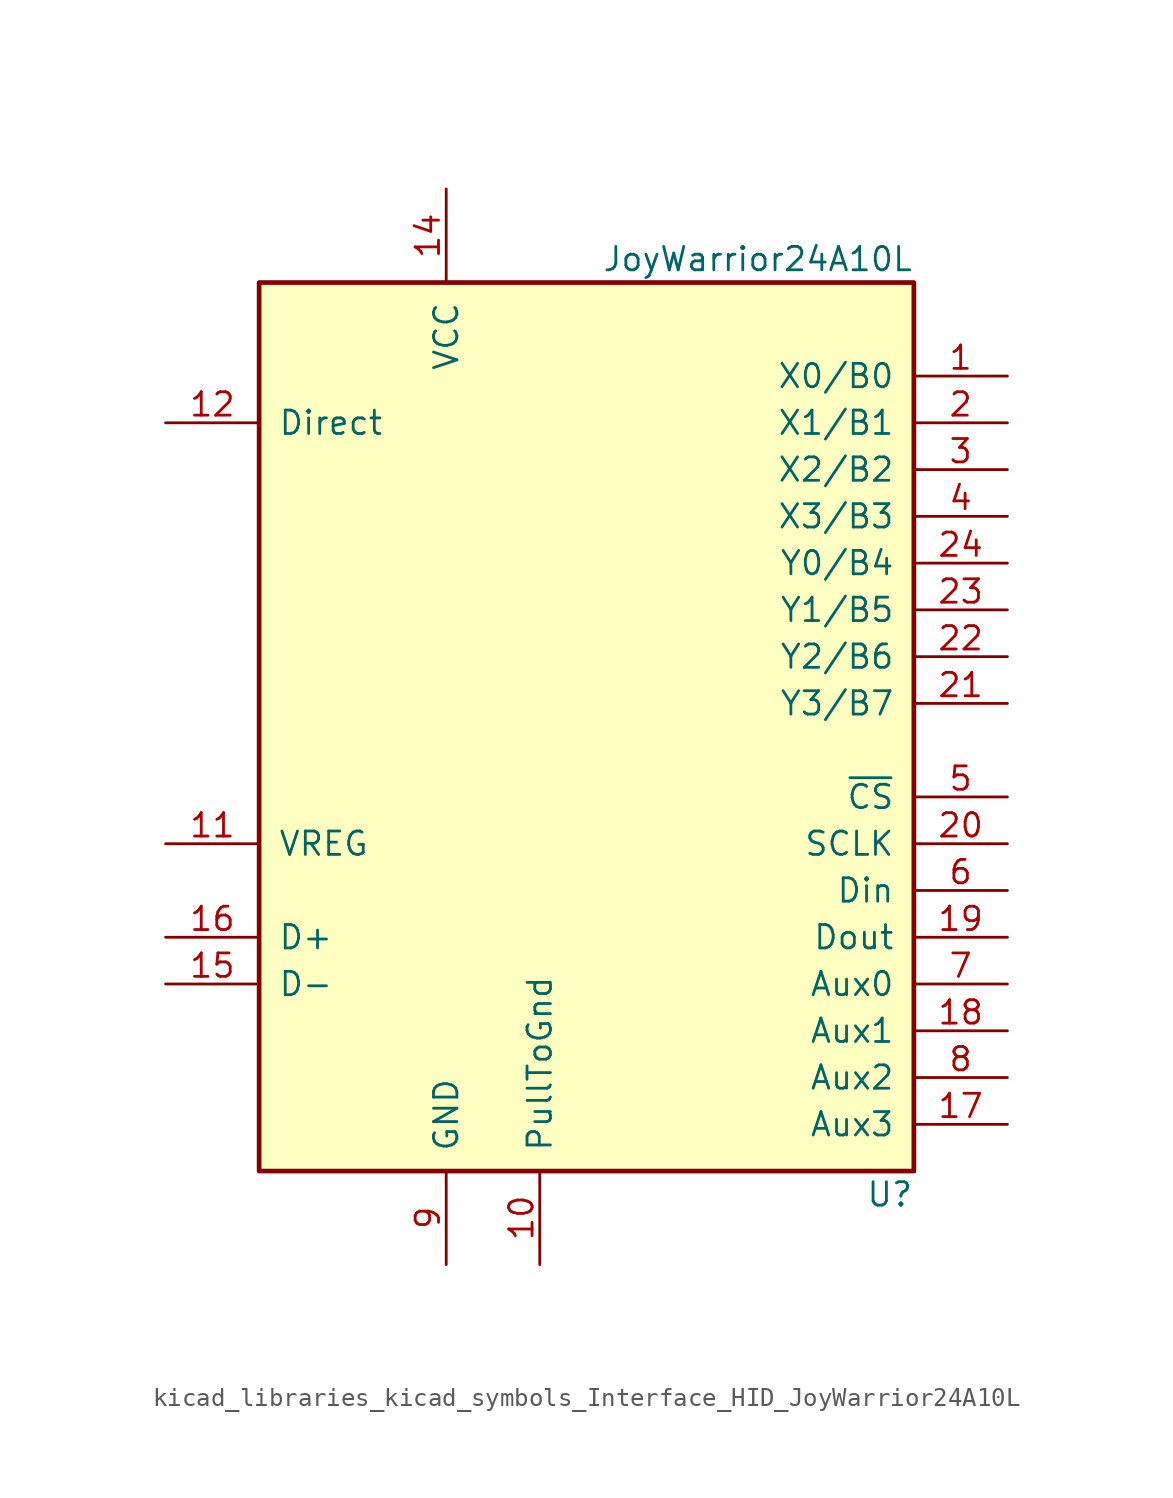
<source format=kicad_sym>
(kicad_symbol_lib
  (version 20220914)
  (generator kicad_symbol_editor)
  (symbol "kicad_libraries_kicad_symbols_Interface_HID_JoyWarrior24A10L"
    (pin_names
      (offset 1.016))
    (property "Reference" "U"
      (at 17.78 -24.13 0)
      (effects (font (size 1.27 1.27)) (justify right)))
    (property "Value" "JoyWarrior24A10L"
      (at 17.78 26.67 0)
      (effects (font (size 1.27 1.27)) (justify right)))
    (symbol "kicad_libraries_kicad_symbols_Interface_HID_JoyWarrior24A10L_0_1"
      (rectangle (start -17.78 25.4) (end 17.78 -22.86) (stroke (width 0.254) (type default)) (fill (type background))))
    (symbol "kicad_libraries_kicad_symbols_Interface_HID_JoyWarrior24A10L_1_1"
      (pin input line (at 22.86 20.32 180) (length 5.08) (name "X0/B0" (effects (font (size 1.27 1.27)))) (number "1" (effects (font (size 1.27 1.27)))))
      (pin input line (at -2.54 -27.94 90) (length 5.08) (name "PullToGnd" (effects (font (size 1.27 1.27)))) (number "10" (effects (font (size 1.27 1.27)))))
      (pin power_out line (at -22.86 -5.08 0) (length 5.08) (name "VREG" (effects (font (size 1.27 1.27)))) (number "11" (effects (font (size 1.27 1.27)))))
      (pin input line (at -22.86 17.78 0) (length 5.08) (name "Direct" (effects (font (size 1.27 1.27)))) (number "12" (effects (font (size 1.27 1.27)))))
      (pin no_connect line (at -17.78 22.86 0) (length 5.08) hide (name "NC" (effects (font (size 1.27 1.27)))) (number "13" (effects (font (size 1.27 1.27)))))
      (pin power_in line (at -7.62 30.48 270) (length 5.08) (name "VCC" (effects (font (size 1.27 1.27)))) (number "14" (effects (font (size 1.27 1.27)))))
      (pin bidirectional line (at -22.86 -12.7 0) (length 5.08) (name "D-" (effects (font (size 1.27 1.27)))) (number "15" (effects (font (size 1.27 1.27)))))
      (pin bidirectional line (at -22.86 -10.16 0) (length 5.08) (name "D+" (effects (font (size 1.27 1.27)))) (number "16" (effects (font (size 1.27 1.27)))))
      (pin output line (at 22.86 -20.32 180) (length 5.08) (name "Aux3" (effects (font (size 1.27 1.27)))) (number "17" (effects (font (size 1.27 1.27)))))
      (pin output line (at 22.86 -15.24 180) (length 5.08) (name "Aux1" (effects (font (size 1.27 1.27)))) (number "18" (effects (font (size 1.27 1.27)))))
      (pin output line (at 22.86 -10.16 180) (length 5.08) (name "Dout" (effects (font (size 1.27 1.27)))) (number "19" (effects (font (size 1.27 1.27)))))
      (pin input line (at 22.86 17.78 180) (length 5.08) (name "X1/B1" (effects (font (size 1.27 1.27)))) (number "2" (effects (font (size 1.27 1.27)))))
      (pin output line (at 22.86 -5.08 180) (length 5.08) (name "SCLK" (effects (font (size 1.27 1.27)))) (number "20" (effects (font (size 1.27 1.27)))))
      (pin input line (at 22.86 2.54 180) (length 5.08) (name "Y3/B7" (effects (font (size 1.27 1.27)))) (number "21" (effects (font (size 1.27 1.27)))))
      (pin input line (at 22.86 5.08 180) (length 5.08) (name "Y2/B6" (effects (font (size 1.27 1.27)))) (number "22" (effects (font (size 1.27 1.27)))))
      (pin input line (at 22.86 7.62 180) (length 5.08) (name "Y1/B5" (effects (font (size 1.27 1.27)))) (number "23" (effects (font (size 1.27 1.27)))))
      (pin input line (at 22.86 10.16 180) (length 5.08) (name "Y0/B4" (effects (font (size 1.27 1.27)))) (number "24" (effects (font (size 1.27 1.27)))))
      (pin input line (at 22.86 15.24 180) (length 5.08) (name "X2/B2" (effects (font (size 1.27 1.27)))) (number "3" (effects (font (size 1.27 1.27)))))
      (pin input line (at 22.86 12.7 180) (length 5.08) (name "X3/B3" (effects (font (size 1.27 1.27)))) (number "4" (effects (font (size 1.27 1.27)))))
      (pin output line (at 22.86 -2.54 180) (length 5.08) (name "~{CS}" (effects (font (size 1.27 1.27)))) (number "5" (effects (font (size 1.27 1.27)))))
      (pin input line (at 22.86 -7.62 180) (length 5.08) (name "Din" (effects (font (size 1.27 1.27)))) (number "6" (effects (font (size 1.27 1.27)))))
      (pin output line (at 22.86 -12.7 180) (length 5.08) (name "Aux0" (effects (font (size 1.27 1.27)))) (number "7" (effects (font (size 1.27 1.27)))))
      (pin output line (at 22.86 -17.78 180) (length 5.08) (name "Aux2" (effects (font (size 1.27 1.27)))) (number "8" (effects (font (size 1.27 1.27)))))
      (pin power_in line (at -7.62 -27.94 90) (length 5.08) (name "GND" (effects (font (size 1.27 1.27)))) (number "9" (effects (font (size 1.27 1.27))))))))
</source>
